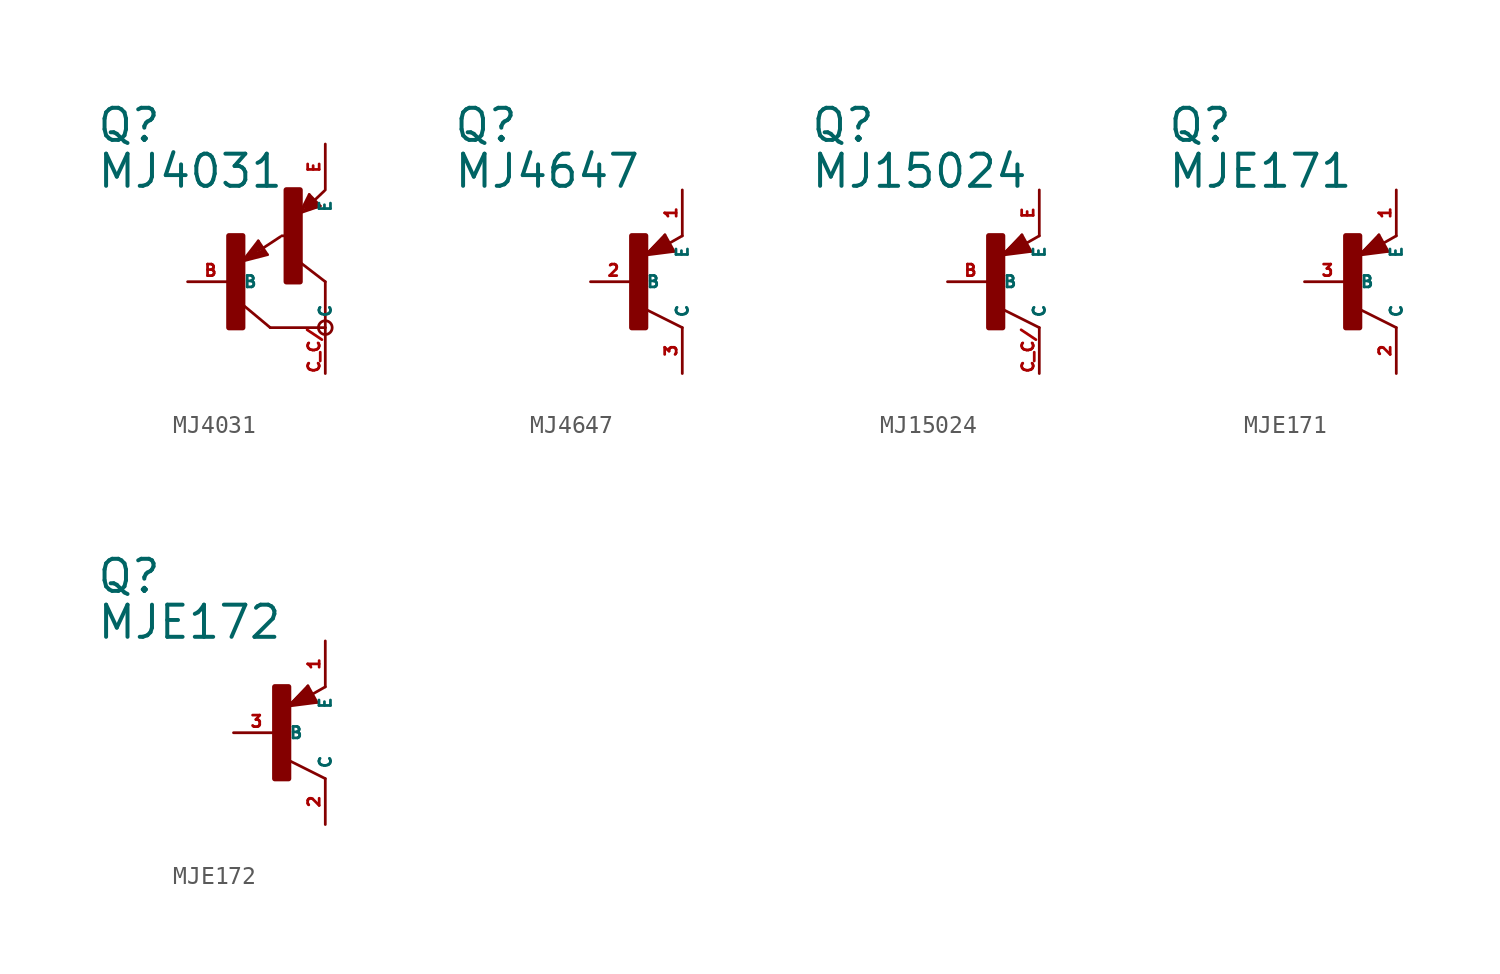
<source format=kicad_sym>
(kicad_symbol_lib
  (version 20220914)
  (generator Eagle2Kicad)
  (symbol "MJ4031"
    (property "Reference" "Q"
      (at -7.62 7.62 0)
      (effects (font (size 1.778 1.778) (thickness 0.22)) (justify left bottom)))
    (property "Value" "MJ4031"
      (at -7.62 5.08 0)
      (effects (font (size 1.778 1.778) (thickness 0.22)) (justify left bottom)))
    (polyline
      (pts (xy 5.08 -2.54) (xy 2.032 -2.54))
      (stroke (width 0.152) (type default))
      (fill (type none)))
    (polyline
      (pts (xy 2.032 -2.54) (xy 0.508 -1.27))
      (stroke (width 0.152) (type default))
      (fill (type none)))
    (polyline
      (pts (xy 5.08 0) (xy 3.429 1.27))
      (stroke (width 0.152) (type default))
      (fill (type none)))
    (polyline
      (pts (xy 1.37 2.259) (xy 0.508 1.143))
      (stroke (width 0.152) (type default))
      (fill (type none)))
    (polyline
      (pts (xy 1.878 1.497) (xy 1.37 2.259))
      (stroke (width 0.152) (type default))
      (fill (type none)))
    (polyline
      (pts (xy 0.508 1.143) (xy 1.878 1.497))
      (stroke (width 0.152) (type default))
      (fill (type none)))
    (polyline
      (pts (xy 1.608 1.843) (xy 2.586 2.486))
      (stroke (width 0.152) (type default))
      (fill (type none)))
    (polyline
      (pts (xy 0.635 1.27) (xy 1.397 2.159))
      (stroke (width 0.127) (type default))
      (fill (type none)))
    (polyline
      (pts (xy 1.397 2.159) (xy 1.778 1.524))
      (stroke (width 0.127) (type default))
      (fill (type none)))
    (polyline
      (pts (xy 1.778 1.524) (xy 0.762 1.27))
      (stroke (width 0.127) (type default))
      (fill (type none)))
    (polyline
      (pts (xy 0.762 1.27) (xy 1.397 2.032))
      (stroke (width 0.127) (type default))
      (fill (type none)))
    (polyline
      (pts (xy 1.397 2.032) (xy 1.651 1.651))
      (stroke (width 0.127) (type default))
      (fill (type none)))
    (polyline
      (pts (xy 1.651 1.651) (xy 0.889 1.397))
      (stroke (width 0.254) (type default))
      (fill (type none)))
    (polyline
      (pts (xy 0.889 1.397) (xy 1.397 1.905))
      (stroke (width 0.254) (type default))
      (fill (type none)))
    (polyline
      (pts (xy 1.397 1.905) (xy 1.397 1.778))
      (stroke (width 0.254) (type default))
      (fill (type none)))
    (polyline
      (pts (xy 3.683 3.81) (xy 4.799 4.191))
      (stroke (width 0.152) (type default))
      (fill (type none)))
    (polyline
      (pts (xy 4.191 4.826) (xy 3.683 3.81))
      (stroke (width 0.152) (type default))
      (fill (type none)))
    (polyline
      (pts (xy 4.799 4.191) (xy 4.191 4.826))
      (stroke (width 0.152) (type default))
      (fill (type none)))
    (polyline
      (pts (xy 4.483 4.51) (xy 5.026 5.026))
      (stroke (width 0.152) (type default))
      (fill (type none)))
    (polyline
      (pts (xy 3.81 3.937) (xy 4.191 4.699))
      (stroke (width 0.127) (type default))
      (fill (type none)))
    (polyline
      (pts (xy 4.191 4.699) (xy 4.699 4.191))
      (stroke (width 0.127) (type default))
      (fill (type none)))
    (polyline
      (pts (xy 4.699 4.191) (xy 3.937 3.937))
      (stroke (width 0.127) (type default))
      (fill (type none)))
    (polyline
      (pts (xy 3.937 3.937) (xy 4.191 4.572))
      (stroke (width 0.127) (type default))
      (fill (type none)))
    (polyline
      (pts (xy 4.191 4.572) (xy 4.572 4.191))
      (stroke (width 0.254) (type default))
      (fill (type none)))
    (polyline
      (pts (xy 4.572 4.191) (xy 4.064 4.064))
      (stroke (width 0.254) (type default))
      (fill (type none)))
    (polyline
      (pts (xy 4.064 4.064) (xy 4.191 4.318))
      (stroke (width 0.254) (type default))
      (fill (type none)))
    (polyline
      (pts (xy 4.191 4.318) (xy 4.318 4.318))
      (stroke (width 0.254) (type default))
      (fill (type none)))
    (polyline
      (pts (xy 5.08 -2.54) (xy 5.08 0))
      (stroke (width 0.152) (type default))
      (fill (type none)))
    (polyline
      (pts (xy 2.667 2.54) (xy 2.921 2.54))
      (stroke (width 0.152) (type default))
      (fill (type none)))
    (circle
      (center 5.08 -2.54)
      (radius 0.381)
      (stroke (width 0) (type default))
      (fill (type none)))
    (rectangle
      (start -0.254 -2.54)
      (end 0.508 2.54)
      (stroke (width 0.3) (type default))
      (fill (type outline)))
    (rectangle
      (start 2.921 0)
      (end 3.683 5.08)
      (stroke (width 0.3) (type default))
      (fill (type outline)))
    (pin passive line
      (at -2.54 0 0)
      (length 2.54)
      (name "B" (effects (font (size 0.635 0.635) (thickness 0.08)) (justify left bottom)))
      (number "B" (effects (font (size 0.635 0.635) (thickness 0.08)) (justify left bottom))))
    (pin passive line
      (at 5.08 7.62 270)
      (length 2.54)
      (name "E" (effects (font (size 0.635 0.635) (thickness 0.08)) (justify left bottom)))
      (number "E" (effects (font (size 0.635 0.635) (thickness 0.08)) (justify left bottom))))
    (pin passive line
      (at 5.08 -5.08 90)
      (length 2.54)
      (name "C" (effects (font (size 0.635 0.635) (thickness 0.08)) (justify left bottom)))
      (number "C C/" (effects (font (size 0.635 0.635) (thickness 0.08)) (justify left bottom)))))
  (symbol "MJ4647"
    (property "Reference" "Q"
      (at -10.16 7.62 0)
      (effects (font (size 1.778 1.778) (thickness 0.22)) (justify left bottom)))
    (property "Value" "MJ4647"
      (at -10.16 5.08 0)
      (effects (font (size 1.778 1.778) (thickness 0.22)) (justify left bottom)))
    (polyline
      (pts (xy 2.086 1.678) (xy 1.578 2.594))
      (stroke (width 0.152) (type default))
      (fill (type none)))
    (polyline
      (pts (xy 1.578 2.594) (xy 0.516 1.478))
      (stroke (width 0.152) (type default))
      (fill (type none)))
    (polyline
      (pts (xy 0.516 1.478) (xy 2.086 1.678))
      (stroke (width 0.152) (type default))
      (fill (type none)))
    (polyline
      (pts (xy 2.54 2.54) (xy 1.808 2.124))
      (stroke (width 0.152) (type default))
      (fill (type none)))
    (polyline
      (pts (xy 2.54 -2.54) (xy 0.508 -1.524))
      (stroke (width 0.152) (type default))
      (fill (type none)))
    (polyline
      (pts (xy 1.905 1.778) (xy 1.524 2.413))
      (stroke (width 0.254) (type default))
      (fill (type none)))
    (polyline
      (pts (xy 1.524 2.413) (xy 0.762 1.651))
      (stroke (width 0.254) (type default))
      (fill (type none)))
    (polyline
      (pts (xy 0.762 1.651) (xy 1.778 1.778))
      (stroke (width 0.254) (type default))
      (fill (type none)))
    (polyline
      (pts (xy 1.778 1.778) (xy 1.524 2.159))
      (stroke (width 0.254) (type default))
      (fill (type none)))
    (polyline
      (pts (xy 1.524 2.159) (xy 1.143 1.905))
      (stroke (width 0.254) (type default))
      (fill (type none)))
    (polyline
      (pts (xy 1.143 1.905) (xy 1.524 1.905))
      (stroke (width 0.254) (type default))
      (fill (type none)))
    (rectangle
      (start -0.254 -2.54)
      (end 0.508 2.54)
      (stroke (width 0.3) (type default))
      (fill (type outline)))
    (pin passive line
      (at -2.54 0 0)
      (length 2.54)
      (name "B" (effects (font (size 0.635 0.635) (thickness 0.08)) (justify left bottom)))
      (number "2" (effects (font (size 0.635 0.635) (thickness 0.08)) (justify left bottom))))
    (pin passive line
      (at 2.54 5.08 270)
      (length 2.54)
      (name "E" (effects (font (size 0.635 0.635) (thickness 0.08)) (justify left bottom)))
      (number "1" (effects (font (size 0.635 0.635) (thickness 0.08)) (justify left bottom))))
    (pin passive line
      (at 2.54 -5.08 90)
      (length 2.54)
      (name "C" (effects (font (size 0.635 0.635) (thickness 0.08)) (justify left bottom)))
      (number "3" (effects (font (size 0.635 0.635) (thickness 0.08)) (justify left bottom)))))
  (symbol "MJ15024"
    (property "Reference" "Q"
      (at -10.16 7.62 0)
      (effects (font (size 1.778 1.778) (thickness 0.22)) (justify left bottom)))
    (property "Value" "MJ15024"
      (at -10.16 5.08 0)
      (effects (font (size 1.778 1.778) (thickness 0.22)) (justify left bottom)))
    (polyline
      (pts (xy 2.086 1.678) (xy 1.578 2.594))
      (stroke (width 0.152) (type default))
      (fill (type none)))
    (polyline
      (pts (xy 1.578 2.594) (xy 0.516 1.478))
      (stroke (width 0.152) (type default))
      (fill (type none)))
    (polyline
      (pts (xy 0.516 1.478) (xy 2.086 1.678))
      (stroke (width 0.152) (type default))
      (fill (type none)))
    (polyline
      (pts (xy 2.54 2.54) (xy 1.808 2.124))
      (stroke (width 0.152) (type default))
      (fill (type none)))
    (polyline
      (pts (xy 2.54 -2.54) (xy 0.508 -1.524))
      (stroke (width 0.152) (type default))
      (fill (type none)))
    (polyline
      (pts (xy 1.905 1.778) (xy 1.524 2.413))
      (stroke (width 0.254) (type default))
      (fill (type none)))
    (polyline
      (pts (xy 1.524 2.413) (xy 0.762 1.651))
      (stroke (width 0.254) (type default))
      (fill (type none)))
    (polyline
      (pts (xy 0.762 1.651) (xy 1.778 1.778))
      (stroke (width 0.254) (type default))
      (fill (type none)))
    (polyline
      (pts (xy 1.778 1.778) (xy 1.524 2.159))
      (stroke (width 0.254) (type default))
      (fill (type none)))
    (polyline
      (pts (xy 1.524 2.159) (xy 1.143 1.905))
      (stroke (width 0.254) (type default))
      (fill (type none)))
    (polyline
      (pts (xy 1.143 1.905) (xy 1.524 1.905))
      (stroke (width 0.254) (type default))
      (fill (type none)))
    (rectangle
      (start -0.254 -2.54)
      (end 0.508 2.54)
      (stroke (width 0.3) (type default))
      (fill (type outline)))
    (pin passive line
      (at -2.54 0 0)
      (length 2.54)
      (name "B" (effects (font (size 0.635 0.635) (thickness 0.08)) (justify left bottom)))
      (number "B" (effects (font (size 0.635 0.635) (thickness 0.08)) (justify left bottom))))
    (pin passive line
      (at 2.54 5.08 270)
      (length 2.54)
      (name "E" (effects (font (size 0.635 0.635) (thickness 0.08)) (justify left bottom)))
      (number "E" (effects (font (size 0.635 0.635) (thickness 0.08)) (justify left bottom))))
    (pin passive line
      (at 2.54 -5.08 90)
      (length 2.54)
      (name "C" (effects (font (size 0.635 0.635) (thickness 0.08)) (justify left bottom)))
      (number "C C/" (effects (font (size 0.635 0.635) (thickness 0.08)) (justify left bottom)))))
  (symbol "MJE171"
    (property "Reference" "Q"
      (at -10.16 7.62 0)
      (effects (font (size 1.778 1.778) (thickness 0.22)) (justify left bottom)))
    (property "Value" "MJE171"
      (at -10.16 5.08 0)
      (effects (font (size 1.778 1.778) (thickness 0.22)) (justify left bottom)))
    (polyline
      (pts (xy 2.086 1.678) (xy 1.578 2.594))
      (stroke (width 0.152) (type default))
      (fill (type none)))
    (polyline
      (pts (xy 1.578 2.594) (xy 0.516 1.478))
      (stroke (width 0.152) (type default))
      (fill (type none)))
    (polyline
      (pts (xy 0.516 1.478) (xy 2.086 1.678))
      (stroke (width 0.152) (type default))
      (fill (type none)))
    (polyline
      (pts (xy 2.54 2.54) (xy 1.808 2.124))
      (stroke (width 0.152) (type default))
      (fill (type none)))
    (polyline
      (pts (xy 2.54 -2.54) (xy 0.508 -1.524))
      (stroke (width 0.152) (type default))
      (fill (type none)))
    (polyline
      (pts (xy 1.905 1.778) (xy 1.524 2.413))
      (stroke (width 0.254) (type default))
      (fill (type none)))
    (polyline
      (pts (xy 1.524 2.413) (xy 0.762 1.651))
      (stroke (width 0.254) (type default))
      (fill (type none)))
    (polyline
      (pts (xy 0.762 1.651) (xy 1.778 1.778))
      (stroke (width 0.254) (type default))
      (fill (type none)))
    (polyline
      (pts (xy 1.778 1.778) (xy 1.524 2.159))
      (stroke (width 0.254) (type default))
      (fill (type none)))
    (polyline
      (pts (xy 1.524 2.159) (xy 1.143 1.905))
      (stroke (width 0.254) (type default))
      (fill (type none)))
    (polyline
      (pts (xy 1.143 1.905) (xy 1.524 1.905))
      (stroke (width 0.254) (type default))
      (fill (type none)))
    (rectangle
      (start -0.254 -2.54)
      (end 0.508 2.54)
      (stroke (width 0.3) (type default))
      (fill (type outline)))
    (pin passive line
      (at -2.54 0 0)
      (length 2.54)
      (name "B" (effects (font (size 0.635 0.635) (thickness 0.08)) (justify left bottom)))
      (number "3" (effects (font (size 0.635 0.635) (thickness 0.08)) (justify left bottom))))
    (pin passive line
      (at 2.54 5.08 270)
      (length 2.54)
      (name "E" (effects (font (size 0.635 0.635) (thickness 0.08)) (justify left bottom)))
      (number "1" (effects (font (size 0.635 0.635) (thickness 0.08)) (justify left bottom))))
    (pin passive line
      (at 2.54 -5.08 90)
      (length 2.54)
      (name "C" (effects (font (size 0.635 0.635) (thickness 0.08)) (justify left bottom)))
      (number "2" (effects (font (size 0.635 0.635) (thickness 0.08)) (justify left bottom)))))
  (symbol "MJE172"
    (property "Reference" "Q"
      (at -10.16 7.62 0)
      (effects (font (size 1.778 1.778) (thickness 0.22)) (justify left bottom)))
    (property "Value" "MJE172"
      (at -10.16 5.08 0)
      (effects (font (size 1.778 1.778) (thickness 0.22)) (justify left bottom)))
    (polyline
      (pts (xy 2.086 1.678) (xy 1.578 2.594))
      (stroke (width 0.152) (type default))
      (fill (type none)))
    (polyline
      (pts (xy 1.578 2.594) (xy 0.516 1.478))
      (stroke (width 0.152) (type default))
      (fill (type none)))
    (polyline
      (pts (xy 0.516 1.478) (xy 2.086 1.678))
      (stroke (width 0.152) (type default))
      (fill (type none)))
    (polyline
      (pts (xy 2.54 2.54) (xy 1.808 2.124))
      (stroke (width 0.152) (type default))
      (fill (type none)))
    (polyline
      (pts (xy 2.54 -2.54) (xy 0.508 -1.524))
      (stroke (width 0.152) (type default))
      (fill (type none)))
    (polyline
      (pts (xy 1.905 1.778) (xy 1.524 2.413))
      (stroke (width 0.254) (type default))
      (fill (type none)))
    (polyline
      (pts (xy 1.524 2.413) (xy 0.762 1.651))
      (stroke (width 0.254) (type default))
      (fill (type none)))
    (polyline
      (pts (xy 0.762 1.651) (xy 1.778 1.778))
      (stroke (width 0.254) (type default))
      (fill (type none)))
    (polyline
      (pts (xy 1.778 1.778) (xy 1.524 2.159))
      (stroke (width 0.254) (type default))
      (fill (type none)))
    (polyline
      (pts (xy 1.524 2.159) (xy 1.143 1.905))
      (stroke (width 0.254) (type default))
      (fill (type none)))
    (polyline
      (pts (xy 1.143 1.905) (xy 1.524 1.905))
      (stroke (width 0.254) (type default))
      (fill (type none)))
    (rectangle
      (start -0.254 -2.54)
      (end 0.508 2.54)
      (stroke (width 0.3) (type default))
      (fill (type outline)))
    (pin passive line
      (at -2.54 0 0)
      (length 2.54)
      (name "B" (effects (font (size 0.635 0.635) (thickness 0.08)) (justify left bottom)))
      (number "3" (effects (font (size 0.635 0.635) (thickness 0.08)) (justify left bottom))))
    (pin passive line
      (at 2.54 5.08 270)
      (length 2.54)
      (name "E" (effects (font (size 0.635 0.635) (thickness 0.08)) (justify left bottom)))
      (number "1" (effects (font (size 0.635 0.635) (thickness 0.08)) (justify left bottom))))
    (pin passive line
      (at 2.54 -5.08 90)
      (length 2.54)
      (name "C" (effects (font (size 0.635 0.635) (thickness 0.08)) (justify left bottom)))
      (number "2" (effects (font (size 0.635 0.635) (thickness 0.08)) (justify left bottom))))))
</source>
